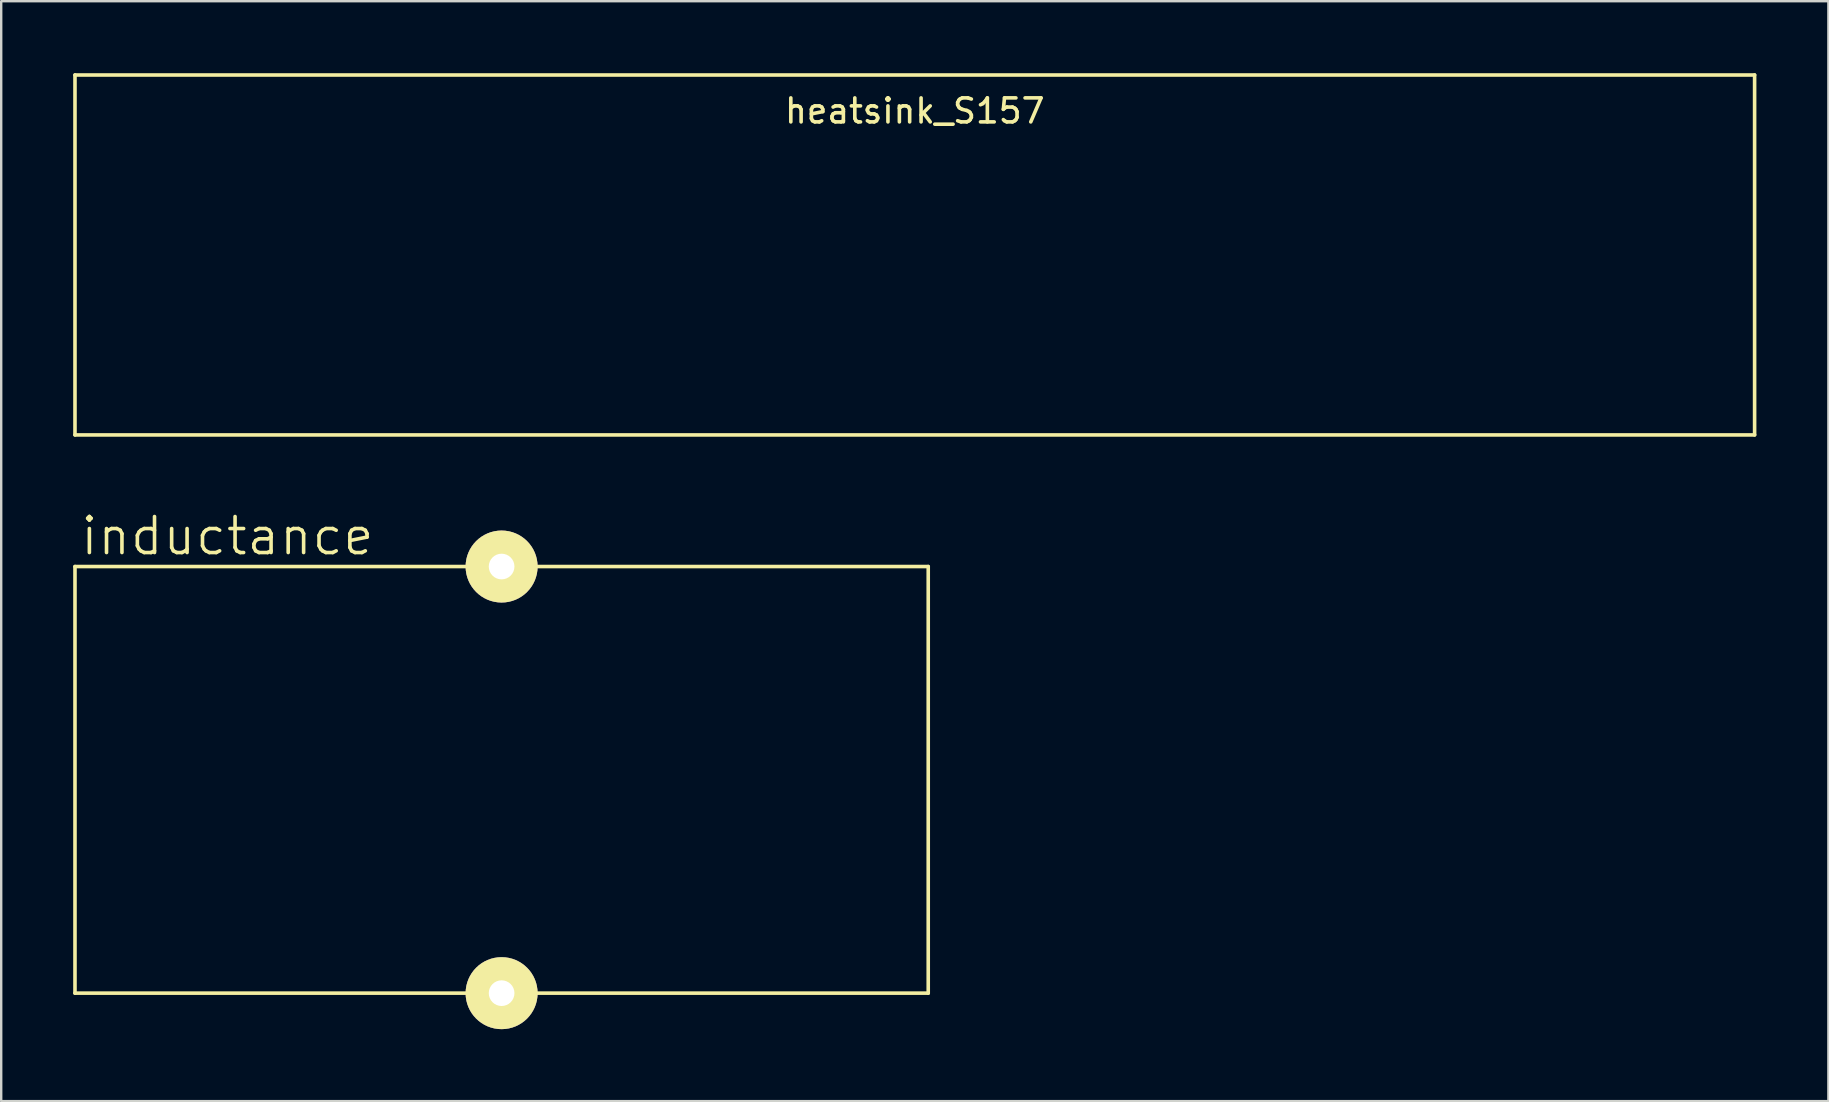
<source format=kicad_pcb>
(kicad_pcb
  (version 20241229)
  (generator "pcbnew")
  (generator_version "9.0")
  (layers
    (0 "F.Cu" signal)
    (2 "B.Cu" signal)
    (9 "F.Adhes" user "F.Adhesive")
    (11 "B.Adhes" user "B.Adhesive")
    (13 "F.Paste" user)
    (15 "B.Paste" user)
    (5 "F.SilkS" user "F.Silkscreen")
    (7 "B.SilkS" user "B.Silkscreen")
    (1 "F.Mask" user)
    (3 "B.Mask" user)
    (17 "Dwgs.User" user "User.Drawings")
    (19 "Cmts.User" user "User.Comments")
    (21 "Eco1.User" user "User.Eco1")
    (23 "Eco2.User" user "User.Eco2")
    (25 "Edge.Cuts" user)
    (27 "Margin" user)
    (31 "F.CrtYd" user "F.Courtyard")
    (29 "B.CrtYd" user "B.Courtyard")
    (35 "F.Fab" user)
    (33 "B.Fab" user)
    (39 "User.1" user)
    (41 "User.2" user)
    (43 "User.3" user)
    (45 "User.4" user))
  (footprint "heatsink_S157"
    (layer "F.Cu")
    (at 35.075 7.575)
    (property "Reference" "heatsink_S157" (at 0 -6 0) (layer "F.SilkS") (effects (font (size 1 1) (thickness 0.15))))
    (attr through_hole)
    (fp_line (start -35 -7.5) (end 35 -7.5) (stroke (width 0.15) (type solid)) (layer "F.SilkS"))
    (fp_line (start -35 7.5) (end -35 -7.5) (stroke (width 0.15) (type solid)) (layer "F.SilkS"))
    (fp_line (start 35 -7.5) (end 35 7.5) (stroke (width 0.15) (type solid)) (layer "F.SilkS"))
    (fp_line (start 35 7.5) (end -35 7.5) (stroke (width 0.15) (type solid)) (layer "F.SilkS")))
  (footprint "inductance"
    (layer "F.Cu")
    (at 17.855 29.451)
    (property "Reference" "inductance" (at -11.43 -10.16 0) (layer "F.SilkS") (effects (font (size 1.5 1.5) (thickness 0.15))))
    (attr through_hole)
    (fp_line (start -17.78 -8.89) (end -17.78 8.89) (stroke (width 0.15) (type solid)) (layer "F.SilkS"))
    (fp_line (start -17.78 8.89) (end 17.78 8.89) (stroke (width 0.15) (type solid)) (layer "F.SilkS"))
    (fp_line (start 17.78 -8.89) (end -17.78 -8.89) (stroke (width 0.15) (type solid)) (layer "F.SilkS"))
    (fp_line (start 17.78 8.89) (end 17.78 -8.89) (stroke (width 0.15) (type solid)) (layer "F.SilkS"))
    (pad "1" thru_hole circle (at 0 8.89) (size 3 3) (drill 1.07) (layers "*.Cu" "*.Mask" "F.SilkS"))
    (pad "2" thru_hole circle (at 0 -8.89) (size 3 3) (drill 1.07) (layers "*.Cu" "*.Mask" "F.SilkS")))
  (gr_rect
    (start -3 -3)
    (end 73.15 42.841)
    (stroke (width 0.1) (type default))
    (fill no)
    (layer "Edge.Cuts")))
</source>
